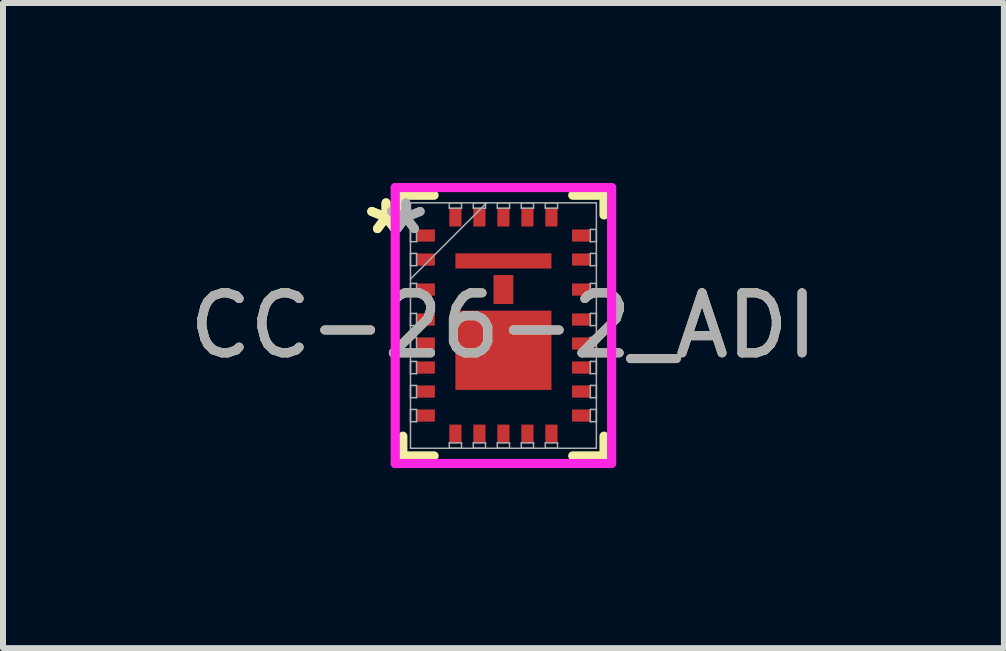
<source format=kicad_pcb>
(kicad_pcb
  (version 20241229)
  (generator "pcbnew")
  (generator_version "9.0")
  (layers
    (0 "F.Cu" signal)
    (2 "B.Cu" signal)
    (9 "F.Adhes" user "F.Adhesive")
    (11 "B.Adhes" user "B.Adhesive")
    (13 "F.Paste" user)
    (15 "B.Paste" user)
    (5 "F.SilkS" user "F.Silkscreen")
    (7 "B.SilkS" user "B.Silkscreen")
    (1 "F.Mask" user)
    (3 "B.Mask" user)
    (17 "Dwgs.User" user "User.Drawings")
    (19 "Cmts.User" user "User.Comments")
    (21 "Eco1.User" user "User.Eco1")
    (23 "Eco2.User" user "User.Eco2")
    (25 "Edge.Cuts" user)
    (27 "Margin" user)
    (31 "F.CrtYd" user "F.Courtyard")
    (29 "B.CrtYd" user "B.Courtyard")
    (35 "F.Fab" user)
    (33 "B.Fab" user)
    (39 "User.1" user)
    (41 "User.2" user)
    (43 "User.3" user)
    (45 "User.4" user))
  (footprint "CC-26-2_ADI"
    (layer "F.Cu")
    (at 5.339 2.375)
    (property "Reference" "CC-26-2_ADI" (at 0 0 0) (unlocked yes) (layer "F.SilkS") (effects (font (size 1 1) (thickness 0.15))))
    (attr smd)
    (fp_line (start -1.676 -2.172) (end -1.155 -2.172) (stroke (width 0.152) (type solid)) (layer "F.SilkS"))
    (fp_line (start -1.676 -1.843) (end -1.676 -2.172) (stroke (width 0.152) (type solid)) (layer "F.SilkS"))
    (fp_line (start -1.676 2.172) (end -1.676 1.843) (stroke (width 0.152) (type solid)) (layer "F.SilkS"))
    (fp_line (start -1.155 2.172) (end -1.676 2.172) (stroke (width 0.152) (type solid)) (layer "F.SilkS"))
    (fp_line (start 1.155 -2.172) (end 1.676 -2.172) (stroke (width 0.152) (type solid)) (layer "F.SilkS"))
    (fp_line (start 1.676 -2.172) (end 1.676 -1.843) (stroke (width 0.152) (type solid)) (layer "F.SilkS"))
    (fp_line (start 1.676 1.843) (end 1.676 2.172) (stroke (width 0.152) (type solid)) (layer "F.SilkS"))
    (fp_line (start 1.676 2.172) (end 1.155 2.172) (stroke (width 0.152) (type solid)) (layer "F.SilkS"))
    (fp_line (start -1.803 -2.299) (end -1.803 2.299) (stroke (width 0.152) (type solid)) (layer "F.CrtYd"))
    (fp_line (start -1.803 2.299) (end 1.803 2.299) (stroke (width 0.152) (type solid)) (layer "F.CrtYd"))
    (fp_line (start 1.803 -2.299) (end -1.803 -2.299) (stroke (width 0.152) (type solid)) (layer "F.CrtYd"))
    (fp_line (start 1.803 2.299) (end 1.803 -2.299) (stroke (width 0.152) (type solid)) (layer "F.CrtYd"))
    (fp_line (start -1.549 -2.045) (end -1.549 2.045) (stroke (width 0.025) (type solid)) (layer "F.Fab"))
    (fp_line (start -1.549 -1.602) (end -1.448 -1.602) (stroke (width 0.025) (type solid)) (layer "F.Fab"))
    (fp_line (start -1.549 -1.398) (end -1.549 -1.602) (stroke (width 0.025) (type solid)) (layer "F.Fab"))
    (fp_line (start -1.549 -1.202) (end -1.448 -1.202) (stroke (width 0.025) (type solid)) (layer "F.Fab"))
    (fp_line (start -1.549 -0.998) (end -1.549 -1.202) (stroke (width 0.025) (type solid)) (layer "F.Fab"))
    (fp_line (start -1.549 -0.775) (end -0.279 -2.045) (stroke (width 0.025) (type solid)) (layer "F.Fab"))
    (fp_line (start -1.549 -0.702) (end -1.448 -0.702) (stroke (width 0.025) (type solid)) (layer "F.Fab"))
    (fp_line (start -1.549 -0.498) (end -1.549 -0.702) (stroke (width 0.025) (type solid)) (layer "F.Fab"))
    (fp_line (start -1.549 -0.202) (end -1.448 -0.202) (stroke (width 0.025) (type solid)) (layer "F.Fab"))
    (fp_line (start -1.549 0) (end -1.549 -0.202) (stroke (width 0.025) (type solid)) (layer "F.Fab"))
    (fp_line (start -1.549 0.198) (end -1.448 0.198) (stroke (width 0.025) (type solid)) (layer "F.Fab"))
    (fp_line (start -1.549 0.402) (end -1.549 0.198) (stroke (width 0.025) (type solid)) (layer "F.Fab"))
    (fp_line (start -1.549 0.598) (end -1.448 0.598) (stroke (width 0.025) (type solid)) (layer "F.Fab"))
    (fp_line (start -1.549 0.802) (end -1.549 0.598) (stroke (width 0.025) (type solid)) (layer "F.Fab"))
    (fp_line (start -1.549 0.998) (end -1.448 0.998) (stroke (width 0.025) (type solid)) (layer "F.Fab"))
    (fp_line (start -1.549 1.202) (end -1.549 0.998) (stroke (width 0.025) (type solid)) (layer "F.Fab"))
    (fp_line (start -1.549 1.398) (end -1.448 1.398) (stroke (width 0.025) (type solid)) (layer "F.Fab"))
    (fp_line (start -1.549 1.602) (end -1.549 1.398) (stroke (width 0.025) (type solid)) (layer "F.Fab"))
    (fp_line (start -1.549 2.045) (end 1.549 2.045) (stroke (width 0.025) (type solid)) (layer "F.Fab"))
    (fp_line (start -1.448 -1.602) (end -1.448 -1.398) (stroke (width 0.025) (type solid)) (layer "F.Fab"))
    (fp_line (start -1.448 -1.398) (end -1.549 -1.398) (stroke (width 0.025) (type solid)) (layer "F.Fab"))
    (fp_line (start -1.448 -1.202) (end -1.448 -0.998) (stroke (width 0.025) (type solid)) (layer "F.Fab"))
    (fp_line (start -1.448 -0.998) (end -1.549 -0.998) (stroke (width 0.025) (type solid)) (layer "F.Fab"))
    (fp_line (start -1.448 -0.702) (end -1.448 -0.498) (stroke (width 0.025) (type solid)) (layer "F.Fab"))
    (fp_line (start -1.448 -0.498) (end -1.549 -0.498) (stroke (width 0.025) (type solid)) (layer "F.Fab"))
    (fp_line (start -1.448 -0.202) (end -1.448 0) (stroke (width 0.025) (type solid)) (layer "F.Fab"))
    (fp_line (start -1.448 0) (end -1.549 0) (stroke (width 0.025) (type solid)) (layer "F.Fab"))
    (fp_line (start -1.448 0.198) (end -1.448 0.402) (stroke (width 0.025) (type solid)) (layer "F.Fab"))
    (fp_line (start -1.448 0.402) (end -1.549 0.402) (stroke (width 0.025) (type solid)) (layer "F.Fab"))
    (fp_line (start -1.448 0.598) (end -1.448 0.802) (stroke (width 0.025) (type solid)) (layer "F.Fab"))
    (fp_line (start -1.448 0.802) (end -1.549 0.802) (stroke (width 0.025) (type solid)) (layer "F.Fab"))
    (fp_line (start -1.448 0.998) (end -1.448 1.202) (stroke (width 0.025) (type solid)) (layer "F.Fab"))
    (fp_line (start -1.448 1.202) (end -1.549 1.202) (stroke (width 0.025) (type solid)) (layer "F.Fab"))
    (fp_line (start -1.448 1.398) (end -1.448 1.602) (stroke (width 0.025) (type solid)) (layer "F.Fab"))
    (fp_line (start -1.448 1.602) (end -1.549 1.602) (stroke (width 0.025) (type solid)) (layer "F.Fab"))
    (fp_line (start -0.902 -2.045) (end -0.698 -2.045) (stroke (width 0.025) (type solid)) (layer "F.Fab"))
    (fp_line (start -0.902 -1.956) (end -0.902 -2.045) (stroke (width 0.025) (type solid)) (layer "F.Fab"))
    (fp_line (start -0.902 1.956) (end -0.698 1.956) (stroke (width 0.025) (type solid)) (layer "F.Fab"))
    (fp_line (start -0.902 2.045) (end -0.902 1.956) (stroke (width 0.025) (type solid)) (layer "F.Fab"))
    (fp_line (start -0.698 -2.045) (end -0.698 -1.956) (stroke (width 0.025) (type solid)) (layer "F.Fab"))
    (fp_line (start -0.698 -1.956) (end -0.902 -1.956) (stroke (width 0.025) (type solid)) (layer "F.Fab"))
    (fp_line (start -0.698 1.956) (end -0.698 2.045) (stroke (width 0.025) (type solid)) (layer "F.Fab"))
    (fp_line (start -0.698 2.045) (end -0.902 2.045) (stroke (width 0.025) (type solid)) (layer "F.Fab"))
    (fp_line (start -0.502 -2.045) (end -0.298 -2.045) (stroke (width 0.025) (type solid)) (layer "F.Fab"))
    (fp_line (start -0.502 -1.956) (end -0.502 -2.045) (stroke (width 0.025) (type solid)) (layer "F.Fab"))
    (fp_line (start -0.502 1.956) (end -0.298 1.956) (stroke (width 0.025) (type solid)) (layer "F.Fab"))
    (fp_line (start -0.502 2.045) (end -0.502 1.956) (stroke (width 0.025) (type solid)) (layer "F.Fab"))
    (fp_line (start -0.298 -2.045) (end -0.298 -1.956) (stroke (width 0.025) (type solid)) (layer "F.Fab"))
    (fp_line (start -0.298 -1.956) (end -0.502 -1.956) (stroke (width 0.025) (type solid)) (layer "F.Fab"))
    (fp_line (start -0.298 1.956) (end -0.298 2.045) (stroke (width 0.025) (type solid)) (layer "F.Fab"))
    (fp_line (start -0.298 2.045) (end -0.502 2.045) (stroke (width 0.025) (type solid)) (layer "F.Fab"))
    (fp_line (start -0.102 -2.045) (end 0.102 -2.045) (stroke (width 0.025) (type solid)) (layer "F.Fab"))
    (fp_line (start -0.102 -1.956) (end -0.102 -2.045) (stroke (width 0.025) (type solid)) (layer "F.Fab"))
    (fp_line (start -0.102 1.956) (end 0.102 1.956) (stroke (width 0.025) (type solid)) (layer "F.Fab"))
    (fp_line (start -0.102 2.045) (end -0.102 1.956) (stroke (width 0.025) (type solid)) (layer "F.Fab"))
    (fp_line (start 0.102 -2.045) (end 0.102 -1.956) (stroke (width 0.025) (type solid)) (layer "F.Fab"))
    (fp_line (start 0.102 -1.956) (end -0.102 -1.956) (stroke (width 0.025) (type solid)) (layer "F.Fab"))
    (fp_line (start 0.102 1.956) (end 0.102 2.045) (stroke (width 0.025) (type solid)) (layer "F.Fab"))
    (fp_line (start 0.102 2.045) (end -0.102 2.045) (stroke (width 0.025) (type solid)) (layer "F.Fab"))
    (fp_line (start 0.298 -2.045) (end 0.502 -2.045) (stroke (width 0.025) (type solid)) (layer "F.Fab"))
    (fp_line (start 0.298 -1.956) (end 0.298 -2.045) (stroke (width 0.025) (type solid)) (layer "F.Fab"))
    (fp_line (start 0.298 1.956) (end 0.502 1.956) (stroke (width 0.025) (type solid)) (layer "F.Fab"))
    (fp_line (start 0.298 2.045) (end 0.298 1.956) (stroke (width 0.025) (type solid)) (layer "F.Fab"))
    (fp_line (start 0.502 -2.045) (end 0.502 -1.956) (stroke (width 0.025) (type solid)) (layer "F.Fab"))
    (fp_line (start 0.502 -1.956) (end 0.298 -1.956) (stroke (width 0.025) (type solid)) (layer "F.Fab"))
    (fp_line (start 0.502 1.956) (end 0.502 2.045) (stroke (width 0.025) (type solid)) (layer "F.Fab"))
    (fp_line (start 0.502 2.045) (end 0.298 2.045) (stroke (width 0.025) (type solid)) (layer "F.Fab"))
    (fp_line (start 0.698 -2.045) (end 0.902 -2.045) (stroke (width 0.025) (type solid)) (layer "F.Fab"))
    (fp_line (start 0.698 -1.956) (end 0.698 -2.045) (stroke (width 0.025) (type solid)) (layer "F.Fab"))
    (fp_line (start 0.698 1.956) (end 0.902 1.956) (stroke (width 0.025) (type solid)) (layer "F.Fab"))
    (fp_line (start 0.698 2.045) (end 0.698 1.956) (stroke (width 0.025) (type solid)) (layer "F.Fab"))
    (fp_line (start 0.902 -2.045) (end 0.902 -1.956) (stroke (width 0.025) (type solid)) (layer "F.Fab"))
    (fp_line (start 0.902 -1.956) (end 0.698 -1.956) (stroke (width 0.025) (type solid)) (layer "F.Fab"))
    (fp_line (start 0.902 1.956) (end 0.902 2.045) (stroke (width 0.025) (type solid)) (layer "F.Fab"))
    (fp_line (start 0.902 2.045) (end 0.698 2.045) (stroke (width 0.025) (type solid)) (layer "F.Fab"))
    (fp_line (start 1.448 -1.602) (end 1.549 -1.602) (stroke (width 0.025) (type solid)) (layer "F.Fab"))
    (fp_line (start 1.448 -1.398) (end 1.448 -1.602) (stroke (width 0.025) (type solid)) (layer "F.Fab"))
    (fp_line (start 1.448 -1.202) (end 1.549 -1.202) (stroke (width 0.025) (type solid)) (layer "F.Fab"))
    (fp_line (start 1.448 -0.998) (end 1.448 -1.202) (stroke (width 0.025) (type solid)) (layer "F.Fab"))
    (fp_line (start 1.448 -0.702) (end 1.549 -0.702) (stroke (width 0.025) (type solid)) (layer "F.Fab"))
    (fp_line (start 1.448 -0.498) (end 1.448 -0.702) (stroke (width 0.025) (type solid)) (layer "F.Fab"))
    (fp_line (start 1.448 -0.202) (end 1.549 -0.202) (stroke (width 0.025) (type solid)) (layer "F.Fab"))
    (fp_line (start 1.448 0.002) (end 1.448 -0.202) (stroke (width 0.025) (type solid)) (layer "F.Fab"))
    (fp_line (start 1.448 0.198) (end 1.549 0.198) (stroke (width 0.025) (type solid)) (layer "F.Fab"))
    (fp_line (start 1.448 0.402) (end 1.448 0.198) (stroke (width 0.025) (type solid)) (layer "F.Fab"))
    (fp_line (start 1.448 0.598) (end 1.549 0.598) (stroke (width 0.025) (type solid)) (layer "F.Fab"))
    (fp_line (start 1.448 0.802) (end 1.448 0.598) (stroke (width 0.025) (type solid)) (layer "F.Fab"))
    (fp_line (start 1.448 0.998) (end 1.549 0.998) (stroke (width 0.025) (type solid)) (layer "F.Fab"))
    (fp_line (start 1.448 1.202) (end 1.448 0.998) (stroke (width 0.025) (type solid)) (layer "F.Fab"))
    (fp_line (start 1.448 1.398) (end 1.549 1.398) (stroke (width 0.025) (type solid)) (layer "F.Fab"))
    (fp_line (start 1.448 1.602) (end 1.448 1.398) (stroke (width 0.025) (type solid)) (layer "F.Fab"))
    (fp_line (start 1.549 -2.045) (end -1.549 -2.045) (stroke (width 0.025) (type solid)) (layer "F.Fab"))
    (fp_line (start 1.549 -1.602) (end 1.549 -1.398) (stroke (width 0.025) (type solid)) (layer "F.Fab"))
    (fp_line (start 1.549 -1.398) (end 1.448 -1.398) (stroke (width 0.025) (type solid)) (layer "F.Fab"))
    (fp_line (start 1.549 -1.202) (end 1.549 -0.998) (stroke (width 0.025) (type solid)) (layer "F.Fab"))
    (fp_line (start 1.549 -0.998) (end 1.448 -0.998) (stroke (width 0.025) (type solid)) (layer "F.Fab"))
    (fp_line (start 1.549 -0.702) (end 1.549 -0.498) (stroke (width 0.025) (type solid)) (layer "F.Fab"))
    (fp_line (start 1.549 -0.498) (end 1.448 -0.498) (stroke (width 0.025) (type solid)) (layer "F.Fab"))
    (fp_line (start 1.549 -0.202) (end 1.549 0) (stroke (width 0.025) (type solid)) (layer "F.Fab"))
    (fp_line (start 1.549 0) (end 1.448 0.002) (stroke (width 0.025) (type solid)) (layer "F.Fab"))
    (fp_line (start 1.549 0.198) (end 1.549 0.402) (stroke (width 0.025) (type solid)) (layer "F.Fab"))
    (fp_line (start 1.549 0.402) (end 1.448 0.402) (stroke (width 0.025) (type solid)) (layer "F.Fab"))
    (fp_line (start 1.549 0.598) (end 1.549 0.802) (stroke (width 0.025) (type solid)) (layer "F.Fab"))
    (fp_line (start 1.549 0.802) (end 1.448 0.802) (stroke (width 0.025) (type solid)) (layer "F.Fab"))
    (fp_line (start 1.549 0.998) (end 1.549 1.202) (stroke (width 0.025) (type solid)) (layer "F.Fab"))
    (fp_line (start 1.549 1.202) (end 1.448 1.202) (stroke (width 0.025) (type solid)) (layer "F.Fab"))
    (fp_line (start 1.549 1.398) (end 1.549 1.602) (stroke (width 0.025) (type solid)) (layer "F.Fab"))
    (fp_line (start 1.549 1.602) (end 1.448 1.602) (stroke (width 0.025) (type solid)) (layer "F.Fab"))
    (fp_line (start 1.549 2.045) (end 1.549 -2.045) (stroke (width 0.025) (type solid)) (layer "F.Fab"))
    (fp_text user "*" (at -1.956 -1.499 0) (layer "F.SilkS") (effects (font (size 1 1) (thickness 0.15))))
    (fp_text user "*" (at -1.956 -1.499 0) (unlocked yes) (layer "F.SilkS") (effects (font (size 1 1) (thickness 0.15))))
    (fp_text user "*" (at -1.626 -1.499 0) (unlocked yes) (layer "F.Fab") (effects (font (size 1 1) (thickness 0.15))))
    (fp_text user "*" (at -1.626 -1.499 0) (layer "F.Fab") (effects (font (size 1 1) (thickness 0.15))))
    (fp_text user "${REFERENCE}" (at 0 0 0) (unlocked yes) (layer "F.Fab") (effects (font (size 1 1) (thickness 0.15))))
    (pad "1" smd rect (at -1.295 -1.5 90) (size 0.203 0.305) (layers "F.Cu" "F.Mask" "F.Paste"))
    (pad "2" smd rect (at -1.295 -1.1 90) (size 0.203 0.305) (layers "F.Cu" "F.Mask" "F.Paste"))
    (pad "3" smd rect (at -1.295 -0.6 90) (size 0.203 0.305) (layers "F.Cu" "F.Mask" "F.Paste"))
    (pad "4" smd rect (at -1.295 -0.1 90) (size 0.203 0.305) (layers "F.Cu" "F.Mask" "F.Paste"))
    (pad "5" smd rect (at -1.295 0.3 90) (size 0.203 0.305) (layers "F.Cu" "F.Mask" "F.Paste"))
    (pad "6" smd rect (at -1.295 0.7 90) (size 0.203 0.305) (layers "F.Cu" "F.Mask" "F.Paste"))
    (pad "7" smd rect (at -1.295 1.1 90) (size 0.203 0.305) (layers "F.Cu" "F.Mask" "F.Paste"))
    (pad "8" smd rect (at -1.295 1.5 90) (size 0.203 0.305) (layers "F.Cu" "F.Mask" "F.Paste"))
    (pad "9" smd rect (at -0.8 1.803) (size 0.203 0.305) (layers "F.Cu" "F.Mask" "F.Paste"))
    (pad "10" smd rect (at -0.4 1.803) (size 0.203 0.305) (layers "F.Cu" "F.Mask" "F.Paste"))
    (pad "11" smd rect (at 0 1.803) (size 0.203 0.305) (layers "F.Cu" "F.Mask" "F.Paste"))
    (pad "12" smd rect (at 0.4 1.803) (size 0.203 0.305) (layers "F.Cu" "F.Mask" "F.Paste"))
    (pad "13" smd rect (at 0.8 1.803) (size 0.203 0.305) (layers "F.Cu" "F.Mask" "F.Paste"))
    (pad "14" smd rect (at 1.295 1.5 90) (size 0.203 0.305) (layers "F.Cu" "F.Mask" "F.Paste"))
    (pad "15" smd rect (at 1.295 1.1 90) (size 0.203 0.305) (layers "F.Cu" "F.Mask" "F.Paste"))
    (pad "16" smd rect (at 1.295 0.7 90) (size 0.203 0.305) (layers "F.Cu" "F.Mask" "F.Paste"))
    (pad "17" smd rect (at 1.295 0.3 90) (size 0.203 0.305) (layers "F.Cu" "F.Mask" "F.Paste"))
    (pad "18" smd rect (at 1.295 -0.1 90) (size 0.203 0.305) (layers "F.Cu" "F.Mask" "F.Paste"))
    (pad "19" smd rect (at 1.295 -0.6 90) (size 0.203 0.305) (layers "F.Cu" "F.Mask" "F.Paste"))
    (pad "20" smd rect (at 1.295 -1.1 90) (size 0.203 0.305) (layers "F.Cu" "F.Mask" "F.Paste"))
    (pad "21" smd rect (at 1.295 -1.5 90) (size 0.203 0.305) (layers "F.Cu" "F.Mask" "F.Paste"))
    (pad "22" smd rect (at 0.8 -1.803) (size 0.203 0.305) (layers "F.Cu" "F.Mask" "F.Paste"))
    (pad "23" smd rect (at 0.4 -1.803) (size 0.203 0.305) (layers "F.Cu" "F.Mask" "F.Paste"))
    (pad "24" smd rect (at 0 -1.803) (size 0.203 0.305) (layers "F.Cu" "F.Mask" "F.Paste"))
    (pad "25" smd rect (at -0.4 -1.803) (size 0.203 0.305) (layers "F.Cu" "F.Mask" "F.Paste"))
    (pad "26" smd rect (at -0.8 -1.803) (size 0.203 0.305) (layers "F.Cu" "F.Mask" "F.Paste"))
    (pad "27" smd rect (at 0 -1.077) (size 1.6 0.254) (layers "F.Cu" "F.Mask" "F.Paste"))
    (pad "28" smd rect (at 0 -0.6) (size 0.33 0.483) (layers "F.Cu" "F.Mask" "F.Paste"))
    (pad "29" smd rect (at 0 0.412) (size 1.6 1.321) (layers "F.Cu" "F.Mask" "F.Paste")))
  (gr_rect
    (start -3 -3)
    (end 13.679 7.75)
    (stroke (width 0.1) (type default))
    (fill no)
    (layer "Edge.Cuts")))
</source>
